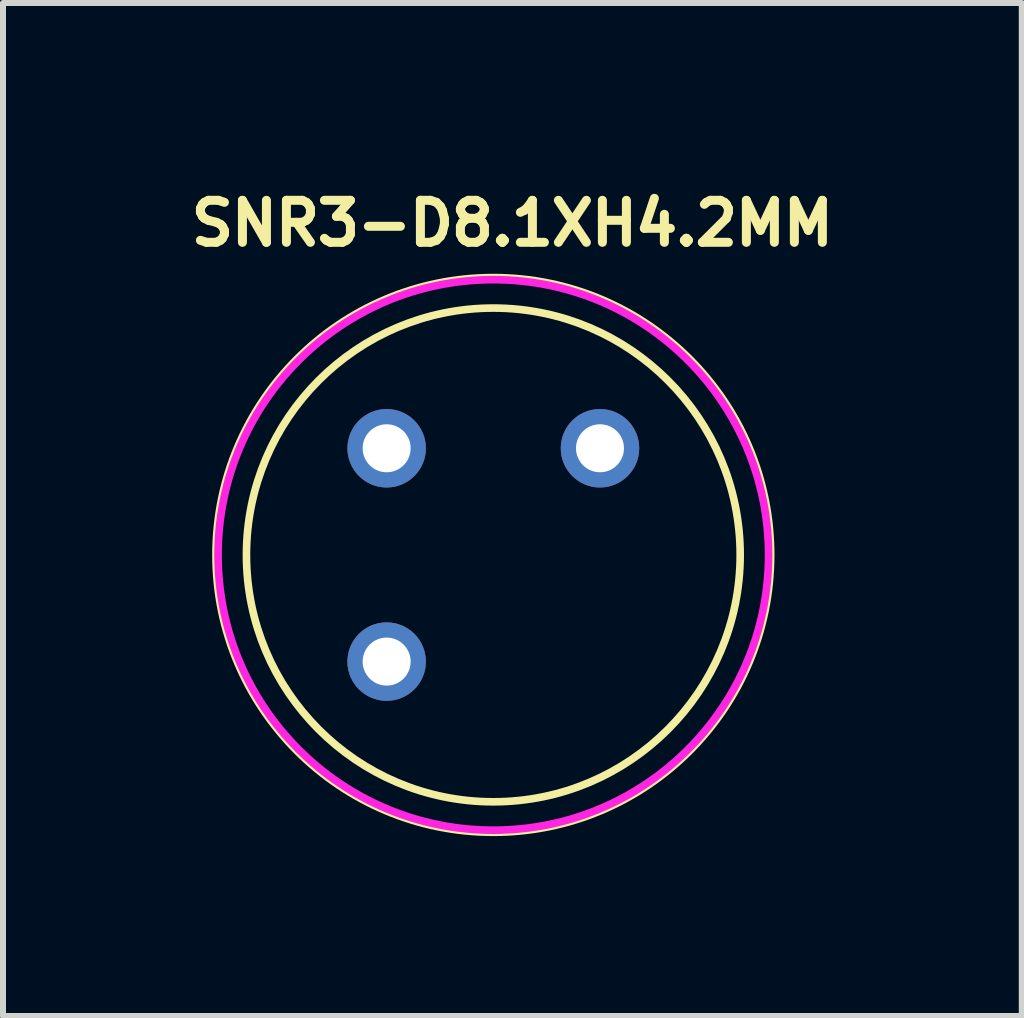
<source format=kicad_pcb>
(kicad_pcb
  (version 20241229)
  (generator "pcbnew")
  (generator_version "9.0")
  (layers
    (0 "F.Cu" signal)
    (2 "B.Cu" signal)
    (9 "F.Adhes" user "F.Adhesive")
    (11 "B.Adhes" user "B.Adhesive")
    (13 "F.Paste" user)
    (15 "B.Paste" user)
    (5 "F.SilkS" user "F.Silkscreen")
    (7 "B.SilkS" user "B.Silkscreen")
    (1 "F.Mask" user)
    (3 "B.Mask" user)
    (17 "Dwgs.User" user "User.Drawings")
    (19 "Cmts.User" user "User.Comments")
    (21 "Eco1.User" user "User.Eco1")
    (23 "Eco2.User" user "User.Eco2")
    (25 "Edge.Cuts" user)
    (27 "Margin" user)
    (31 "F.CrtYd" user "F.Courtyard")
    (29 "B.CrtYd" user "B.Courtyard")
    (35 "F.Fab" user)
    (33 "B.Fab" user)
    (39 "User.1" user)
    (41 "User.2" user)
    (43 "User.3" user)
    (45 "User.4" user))
  (footprint "SNR3-D8.1XH4.2MM"
    (layer "F.Cu")
    (at 5.173 6.2)
    (property "Reference" "SNR3-D8.1XH4.2MM" (at 0.318 -5.527 0) (layer "F.SilkS") (effects (font (size 0.7 0.7) (thickness 0.15))))
    (attr through_hole)
    (fp_circle (center 0 0) (end 4.115 0) (stroke (width 0.127) (type solid)) (fill no) (layer "F.SilkS"))
    (fp_circle (center 0 0) (end 4.623 0) (stroke (width 0.127) (type solid)) (fill no) (layer "F.SilkS"))
    (fp_circle (center 0 0) (end 4.588 0) (stroke (width 0.127) (type solid)) (fill no) (layer "F.CrtYd"))
    (pad "1" thru_hole circle (at 1.778 -1.778) (size 1.308 1.308) (drill 0.8) (layers "*.Cu" "*.Mask"))
    (pad "2" thru_hole circle (at -1.778 -1.778) (size 1.308 1.308) (drill 0.8) (layers "*.Cu" "*.Mask"))
    (pad "3" thru_hole circle (at -1.778 1.778) (size 1.308 1.308) (drill 0.8) (layers "*.Cu" "*.Mask")))
  (gr_rect
    (start -3 -3)
    (end 13.982 13.886)
    (stroke (width 0.1) (type default))
    (fill no)
    (layer "Edge.Cuts")))
</source>
